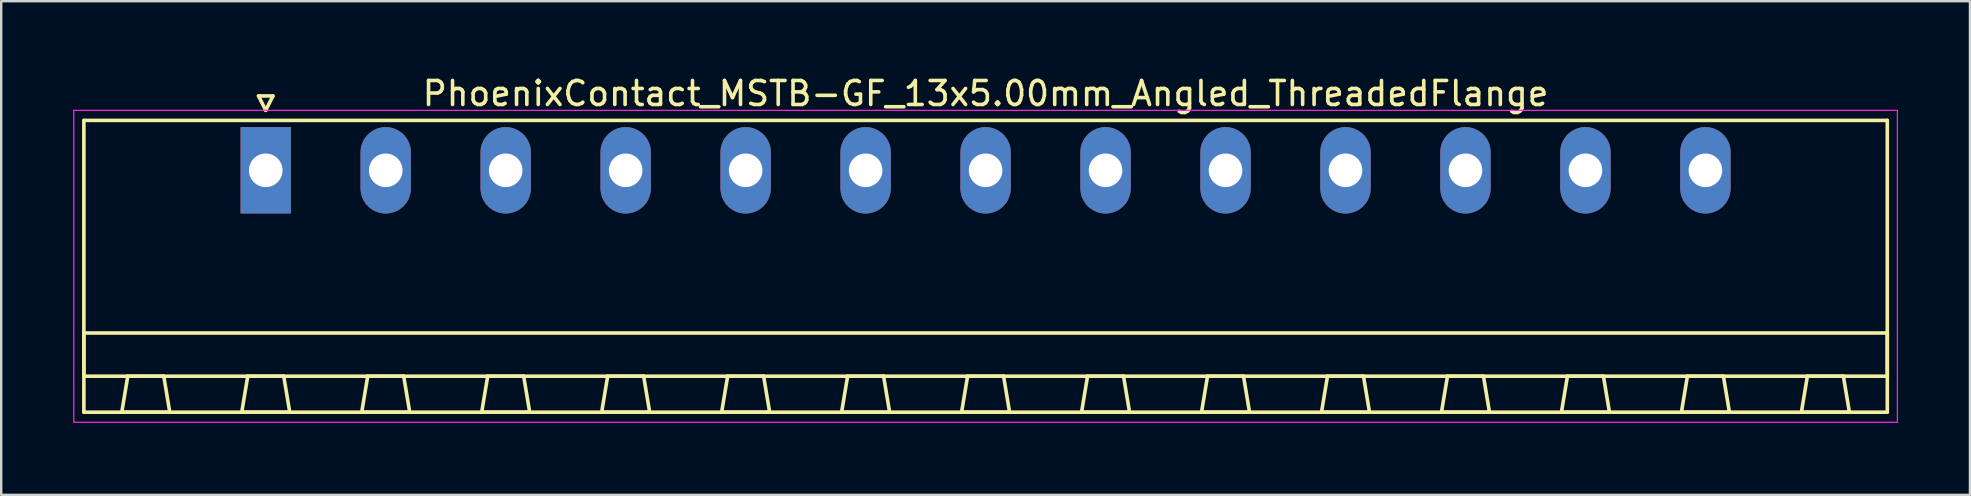
<source format=kicad_pcb>
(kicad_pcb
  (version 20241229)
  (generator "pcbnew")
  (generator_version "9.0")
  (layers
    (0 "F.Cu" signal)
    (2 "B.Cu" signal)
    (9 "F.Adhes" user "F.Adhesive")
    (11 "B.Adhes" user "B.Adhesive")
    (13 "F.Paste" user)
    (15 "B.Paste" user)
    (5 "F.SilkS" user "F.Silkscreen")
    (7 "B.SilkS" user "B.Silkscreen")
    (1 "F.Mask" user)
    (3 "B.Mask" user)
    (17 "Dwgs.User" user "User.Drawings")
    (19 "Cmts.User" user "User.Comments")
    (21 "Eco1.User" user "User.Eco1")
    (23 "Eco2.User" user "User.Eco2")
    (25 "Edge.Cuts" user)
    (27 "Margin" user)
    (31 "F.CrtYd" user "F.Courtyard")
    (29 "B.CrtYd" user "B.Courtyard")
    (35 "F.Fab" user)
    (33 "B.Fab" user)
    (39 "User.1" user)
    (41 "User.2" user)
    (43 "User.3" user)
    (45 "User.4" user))
  (footprint "PhoenixContact_MSTB-GF_13x5.00mm_Angled_ThreadedFlange"
    (layer "F.Cu")
    (at 8.025 4.048)
    (property "Reference" "PhoenixContact_MSTB-GF_13x5.00mm_Angled_ThreadedFlange" (at 30 -3.2 0) (layer "F.SilkS") (effects (font (size 1 1) (thickness 0.15))))
    (attr through_hole)
    (fp_line (start -7.58 -2.08) (end -7.58 10.08) (stroke (width 0.15) (type solid)) (layer "F.SilkS"))
    (fp_line (start -7.58 6.78) (end 67.58 6.78) (stroke (width 0.15) (type solid)) (layer "F.SilkS"))
    (fp_line (start -7.58 8.58) (end -7.58 6.78) (stroke (width 0.15) (type solid)) (layer "F.SilkS"))
    (fp_line (start -7.58 10.08) (end 67.58 10.08) (stroke (width 0.15) (type solid)) (layer "F.SilkS"))
    (fp_line (start -6 10.08) (end -4 10.08) (stroke (width 0.15) (type solid)) (layer "F.SilkS"))
    (fp_line (start -5.75 8.58) (end -6 10.08) (stroke (width 0.15) (type solid)) (layer "F.SilkS"))
    (fp_line (start -4.25 8.58) (end -5.75 8.58) (stroke (width 0.15) (type solid)) (layer "F.SilkS"))
    (fp_line (start -4 10.08) (end -4.25 8.58) (stroke (width 0.15) (type solid)) (layer "F.SilkS"))
    (fp_line (start -1 10.08) (end 1 10.08) (stroke (width 0.15) (type solid)) (layer "F.SilkS"))
    (fp_line (start -0.75 8.58) (end -1 10.08) (stroke (width 0.15) (type solid)) (layer "F.SilkS"))
    (fp_line (start -0.3 -3.1) (end 0 -2.5) (stroke (width 0.15) (type solid)) (layer "F.SilkS"))
    (fp_line (start 0 -2.5) (end 0.3 -3.1) (stroke (width 0.15) (type solid)) (layer "F.SilkS"))
    (fp_line (start 0.3 -3.1) (end -0.3 -3.1) (stroke (width 0.15) (type solid)) (layer "F.SilkS"))
    (fp_line (start 0.75 8.58) (end -0.75 8.58) (stroke (width 0.15) (type solid)) (layer "F.SilkS"))
    (fp_line (start 1 10.08) (end 0.75 8.58) (stroke (width 0.15) (type solid)) (layer "F.SilkS"))
    (fp_line (start 4 10.08) (end 6 10.08) (stroke (width 0.15) (type solid)) (layer "F.SilkS"))
    (fp_line (start 4.25 8.58) (end 4 10.08) (stroke (width 0.15) (type solid)) (layer "F.SilkS"))
    (fp_line (start 5.75 8.58) (end 4.25 8.58) (stroke (width 0.15) (type solid)) (layer "F.SilkS"))
    (fp_line (start 6 10.08) (end 5.75 8.58) (stroke (width 0.15) (type solid)) (layer "F.SilkS"))
    (fp_line (start 9 10.08) (end 11 10.08) (stroke (width 0.15) (type solid)) (layer "F.SilkS"))
    (fp_line (start 9.25 8.58) (end 9 10.08) (stroke (width 0.15) (type solid)) (layer "F.SilkS"))
    (fp_line (start 10.75 8.58) (end 9.25 8.58) (stroke (width 0.15) (type solid)) (layer "F.SilkS"))
    (fp_line (start 11 10.08) (end 10.75 8.58) (stroke (width 0.15) (type solid)) (layer "F.SilkS"))
    (fp_line (start 14 10.08) (end 16 10.08) (stroke (width 0.15) (type solid)) (layer "F.SilkS"))
    (fp_line (start 14.25 8.58) (end 14 10.08) (stroke (width 0.15) (type solid)) (layer "F.SilkS"))
    (fp_line (start 15.75 8.58) (end 14.25 8.58) (stroke (width 0.15) (type solid)) (layer "F.SilkS"))
    (fp_line (start 16 10.08) (end 15.75 8.58) (stroke (width 0.15) (type solid)) (layer "F.SilkS"))
    (fp_line (start 19 10.08) (end 21 10.08) (stroke (width 0.15) (type solid)) (layer "F.SilkS"))
    (fp_line (start 19.25 8.58) (end 19 10.08) (stroke (width 0.15) (type solid)) (layer "F.SilkS"))
    (fp_line (start 20.75 8.58) (end 19.25 8.58) (stroke (width 0.15) (type solid)) (layer "F.SilkS"))
    (fp_line (start 21 10.08) (end 20.75 8.58) (stroke (width 0.15) (type solid)) (layer "F.SilkS"))
    (fp_line (start 24 10.08) (end 26 10.08) (stroke (width 0.15) (type solid)) (layer "F.SilkS"))
    (fp_line (start 24.25 8.58) (end 24 10.08) (stroke (width 0.15) (type solid)) (layer "F.SilkS"))
    (fp_line (start 25.75 8.58) (end 24.25 8.58) (stroke (width 0.15) (type solid)) (layer "F.SilkS"))
    (fp_line (start 26 10.08) (end 25.75 8.58) (stroke (width 0.15) (type solid)) (layer "F.SilkS"))
    (fp_line (start 29 10.08) (end 31 10.08) (stroke (width 0.15) (type solid)) (layer "F.SilkS"))
    (fp_line (start 29.25 8.58) (end 29 10.08) (stroke (width 0.15) (type solid)) (layer "F.SilkS"))
    (fp_line (start 30.75 8.58) (end 29.25 8.58) (stroke (width 0.15) (type solid)) (layer "F.SilkS"))
    (fp_line (start 31 10.08) (end 30.75 8.58) (stroke (width 0.15) (type solid)) (layer "F.SilkS"))
    (fp_line (start 34 10.08) (end 36 10.08) (stroke (width 0.15) (type solid)) (layer "F.SilkS"))
    (fp_line (start 34.25 8.58) (end 34 10.08) (stroke (width 0.15) (type solid)) (layer "F.SilkS"))
    (fp_line (start 35.75 8.58) (end 34.25 8.58) (stroke (width 0.15) (type solid)) (layer "F.SilkS"))
    (fp_line (start 36 10.08) (end 35.75 8.58) (stroke (width 0.15) (type solid)) (layer "F.SilkS"))
    (fp_line (start 39 10.08) (end 41 10.08) (stroke (width 0.15) (type solid)) (layer "F.SilkS"))
    (fp_line (start 39.25 8.58) (end 39 10.08) (stroke (width 0.15) (type solid)) (layer "F.SilkS"))
    (fp_line (start 40.75 8.58) (end 39.25 8.58) (stroke (width 0.15) (type solid)) (layer "F.SilkS"))
    (fp_line (start 41 10.08) (end 40.75 8.58) (stroke (width 0.15) (type solid)) (layer "F.SilkS"))
    (fp_line (start 44 10.08) (end 46 10.08) (stroke (width 0.15) (type solid)) (layer "F.SilkS"))
    (fp_line (start 44.25 8.58) (end 44 10.08) (stroke (width 0.15) (type solid)) (layer "F.SilkS"))
    (fp_line (start 45.75 8.58) (end 44.25 8.58) (stroke (width 0.15) (type solid)) (layer "F.SilkS"))
    (fp_line (start 46 10.08) (end 45.75 8.58) (stroke (width 0.15) (type solid)) (layer "F.SilkS"))
    (fp_line (start 49 10.08) (end 51 10.08) (stroke (width 0.15) (type solid)) (layer "F.SilkS"))
    (fp_line (start 49.25 8.58) (end 49 10.08) (stroke (width 0.15) (type solid)) (layer "F.SilkS"))
    (fp_line (start 50.75 8.58) (end 49.25 8.58) (stroke (width 0.15) (type solid)) (layer "F.SilkS"))
    (fp_line (start 51 10.08) (end 50.75 8.58) (stroke (width 0.15) (type solid)) (layer "F.SilkS"))
    (fp_line (start 54 10.08) (end 56 10.08) (stroke (width 0.15) (type solid)) (layer "F.SilkS"))
    (fp_line (start 54.25 8.58) (end 54 10.08) (stroke (width 0.15) (type solid)) (layer "F.SilkS"))
    (fp_line (start 55.75 8.58) (end 54.25 8.58) (stroke (width 0.15) (type solid)) (layer "F.SilkS"))
    (fp_line (start 56 10.08) (end 55.75 8.58) (stroke (width 0.15) (type solid)) (layer "F.SilkS"))
    (fp_line (start 59 10.08) (end 61 10.08) (stroke (width 0.15) (type solid)) (layer "F.SilkS"))
    (fp_line (start 59.25 8.58) (end 59 10.08) (stroke (width 0.15) (type solid)) (layer "F.SilkS"))
    (fp_line (start 60.75 8.58) (end 59.25 8.58) (stroke (width 0.15) (type solid)) (layer "F.SilkS"))
    (fp_line (start 61 10.08) (end 60.75 8.58) (stroke (width 0.15) (type solid)) (layer "F.SilkS"))
    (fp_line (start 64 10.08) (end 66 10.08) (stroke (width 0.15) (type solid)) (layer "F.SilkS"))
    (fp_line (start 64.25 8.58) (end 64 10.08) (stroke (width 0.15) (type solid)) (layer "F.SilkS"))
    (fp_line (start 65.75 8.58) (end 64.25 8.58) (stroke (width 0.15) (type solid)) (layer "F.SilkS"))
    (fp_line (start 66 10.08) (end 65.75 8.58) (stroke (width 0.15) (type solid)) (layer "F.SilkS"))
    (fp_line (start 67.58 -2.08) (end -7.58 -2.08) (stroke (width 0.15) (type solid)) (layer "F.SilkS"))
    (fp_line (start 67.58 6.78) (end 67.58 8.58) (stroke (width 0.15) (type solid)) (layer "F.SilkS"))
    (fp_line (start 67.58 8.58) (end -7.58 8.58) (stroke (width 0.15) (type solid)) (layer "F.SilkS"))
    (fp_line (start 67.58 10.08) (end 67.58 -2.08) (stroke (width 0.15) (type solid)) (layer "F.SilkS"))
    (fp_line (start -8 -2.5) (end -8 10.5) (stroke (width 0.05) (type solid)) (layer "F.CrtYd"))
    (fp_line (start -8 10.5) (end 68 10.5) (stroke (width 0.05) (type solid)) (layer "F.CrtYd"))
    (fp_line (start 68 -2.5) (end -8 -2.5) (stroke (width 0.05) (type solid)) (layer "F.CrtYd"))
    (fp_line (start 68 10.5) (end 68 -2.5) (stroke (width 0.05) (type solid)) (layer "F.CrtYd"))
    (pad "1" thru_hole rect (at 0 0) (size 2.1 3.6) (drill 1.4) (layers "*.Cu" "*.Mask"))
    (pad "2" thru_hole oval (at 5 0) (size 2.1 3.6) (drill 1.4) (layers "*.Cu" "*.Mask"))
    (pad "3" thru_hole oval (at 10 0) (size 2.1 3.6) (drill 1.4) (layers "*.Cu" "*.Mask"))
    (pad "4" thru_hole oval (at 15 0) (size 2.1 3.6) (drill 1.4) (layers "*.Cu" "*.Mask"))
    (pad "5" thru_hole oval (at 20 0) (size 2.1 3.6) (drill 1.4) (layers "*.Cu" "*.Mask"))
    (pad "6" thru_hole oval (at 25 0) (size 2.1 3.6) (drill 1.4) (layers "*.Cu" "*.Mask"))
    (pad "7" thru_hole oval (at 30 0) (size 2.1 3.6) (drill 1.4) (layers "*.Cu" "*.Mask"))
    (pad "8" thru_hole oval (at 35 0) (size 2.1 3.6) (drill 1.4) (layers "*.Cu" "*.Mask"))
    (pad "9" thru_hole oval (at 40 0) (size 2.1 3.6) (drill 1.4) (layers "*.Cu" "*.Mask"))
    (pad "10" thru_hole oval (at 45 0) (size 2.1 3.6) (drill 1.4) (layers "*.Cu" "*.Mask"))
    (pad "11" thru_hole oval (at 50 0) (size 2.1 3.6) (drill 1.4) (layers "*.Cu" "*.Mask"))
    (pad "12" thru_hole oval (at 55 0) (size 2.1 3.6) (drill 1.4) (layers "*.Cu" "*.Mask"))
    (pad "13" thru_hole oval (at 60 0) (size 2.1 3.6) (drill 1.4) (layers "*.Cu" "*.Mask")))
  (gr_rect
    (start -3 -3)
    (end 79.05 17.573)
    (stroke (width 0.1) (type default))
    (fill no)
    (layer "Edge.Cuts")))
</source>
